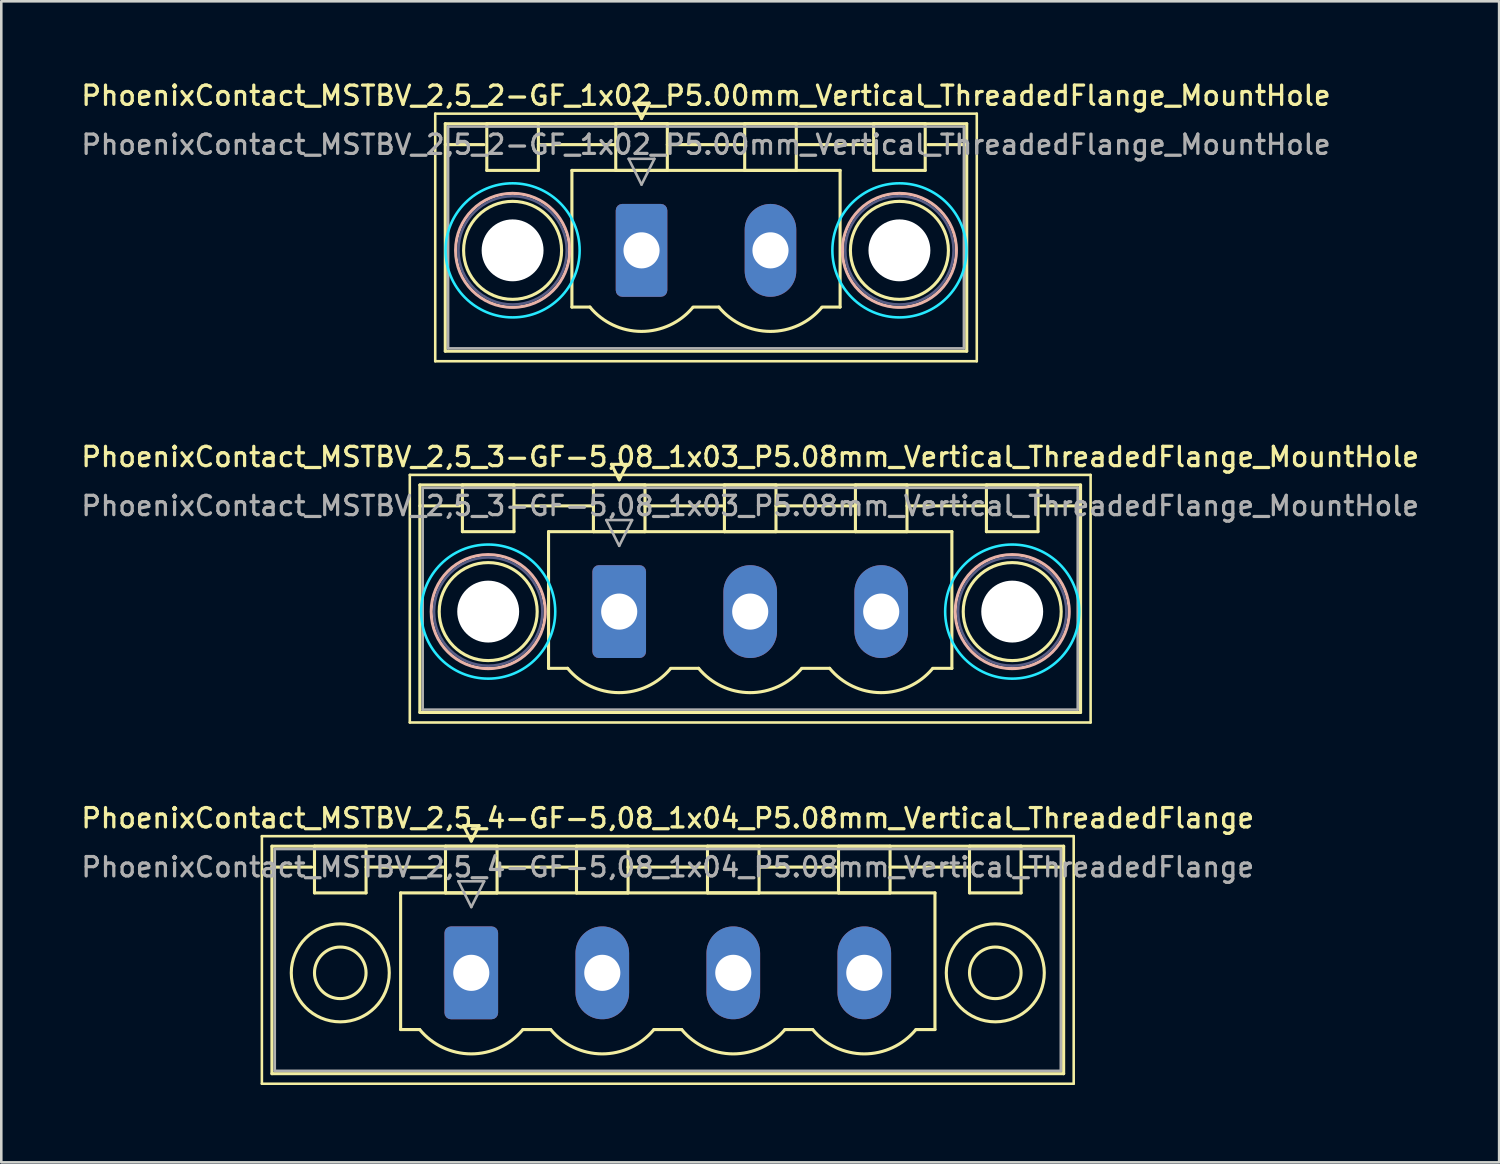
<source format=kicad_pcb>
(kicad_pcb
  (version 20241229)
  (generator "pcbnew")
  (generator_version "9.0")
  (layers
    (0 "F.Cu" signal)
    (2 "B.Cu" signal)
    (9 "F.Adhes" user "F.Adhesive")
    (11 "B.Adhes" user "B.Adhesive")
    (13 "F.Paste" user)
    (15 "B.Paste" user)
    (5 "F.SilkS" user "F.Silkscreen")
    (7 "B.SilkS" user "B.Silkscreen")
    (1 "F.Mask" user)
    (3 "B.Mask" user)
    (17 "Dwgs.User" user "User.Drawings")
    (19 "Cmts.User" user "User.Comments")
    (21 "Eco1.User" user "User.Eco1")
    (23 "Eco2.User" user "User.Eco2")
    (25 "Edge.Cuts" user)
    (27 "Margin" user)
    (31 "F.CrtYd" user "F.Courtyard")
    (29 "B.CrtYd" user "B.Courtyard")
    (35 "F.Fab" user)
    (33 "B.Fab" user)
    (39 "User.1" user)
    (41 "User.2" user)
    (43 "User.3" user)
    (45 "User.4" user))
  (footprint "PhoenixContact_MSTBV_2,5_3-GF-5,08_1x03_P5.08mm_Vertical_ThreadedFlange_MountHole"
    (layer "F.Cu")
    (at 20.961 20.666)
    (property "Reference" "PhoenixContact_MSTBV_2,5_3-GF-5,08_1x03_P5.08mm_Vertical_ThreadedFlange_MountHole" (at 5.08 -6 0) (layer "F.SilkS") (effects (font (size 0.75 0.75) (thickness 0.125))))
    (attr through_hole)
    (fp_line (start -8.12 -5.3) (end -8.12 4.3) (stroke (width 0.1) (type solid)) (layer "F.SilkS"))
    (fp_line (start -8.12 4.3) (end 18.28 4.3) (stroke (width 0.1) (type solid)) (layer "F.SilkS"))
    (fp_line (start -7.73 -4.91) (end -7.73 3.91) (stroke (width 0.12) (type solid)) (layer "F.SilkS"))
    (fp_line (start -7.73 -4.1) (end -6.19 -4.1) (stroke (width 0.12) (type solid)) (layer "F.SilkS"))
    (fp_line (start -7.73 3.91) (end 17.89 3.91) (stroke (width 0.12) (type solid)) (layer "F.SilkS"))
    (fp_line (start -6.08 -4.91) (end -4.08 -4.91) (stroke (width 0.12) (type solid)) (layer "F.SilkS"))
    (fp_line (start -6.08 -3.1) (end -6.08 -4.91) (stroke (width 0.12) (type solid)) (layer "F.SilkS"))
    (fp_line (start -4.08 -4.91) (end -4.08 -3.1) (stroke (width 0.12) (type solid)) (layer "F.SilkS"))
    (fp_line (start -4.08 -4.1) (end -1 -4.1) (stroke (width 0.12) (type solid)) (layer "F.SilkS"))
    (fp_line (start -4.08 -3.1) (end -6.08 -3.1) (stroke (width 0.12) (type solid)) (layer "F.SilkS"))
    (fp_line (start -2.74 -3.1) (end 12.9 -3.1) (stroke (width 0.12) (type solid)) (layer "F.SilkS"))
    (fp_line (start -2.74 2.2) (end -2.74 -3.1) (stroke (width 0.12) (type solid)) (layer "F.SilkS"))
    (fp_line (start -2 2.2) (end -2.74 2.2) (stroke (width 0.12) (type solid)) (layer "F.SilkS"))
    (fp_line (start -1 -4.91) (end 1 -4.91) (stroke (width 0.12) (type solid)) (layer "F.SilkS"))
    (fp_line (start -1 -3.1) (end -1 -4.91) (stroke (width 0.12) (type solid)) (layer "F.SilkS"))
    (fp_line (start -0.3 -5.71) (end 0.3 -5.71) (stroke (width 0.12) (type solid)) (layer "F.SilkS"))
    (fp_line (start 0 -5.11) (end -0.3 -5.71) (stroke (width 0.12) (type solid)) (layer "F.SilkS"))
    (fp_line (start 0.3 -5.71) (end 0 -5.11) (stroke (width 0.12) (type solid)) (layer "F.SilkS"))
    (fp_line (start 1 -4.91) (end 1 -3.1) (stroke (width 0.12) (type solid)) (layer "F.SilkS"))
    (fp_line (start 1 -4.1) (end 4.08 -4.1) (stroke (width 0.12) (type solid)) (layer "F.SilkS"))
    (fp_line (start 1 -3.1) (end -1 -3.1) (stroke (width 0.12) (type solid)) (layer "F.SilkS"))
    (fp_line (start 2 2.2) (end 3.08 2.2) (stroke (width 0.12) (type solid)) (layer "F.SilkS"))
    (fp_line (start 4.08 -4.91) (end 6.08 -4.91) (stroke (width 0.12) (type solid)) (layer "F.SilkS"))
    (fp_line (start 4.08 -3.1) (end 4.08 -4.91) (stroke (width 0.12) (type solid)) (layer "F.SilkS"))
    (fp_line (start 6.08 -4.91) (end 6.08 -3.1) (stroke (width 0.12) (type solid)) (layer "F.SilkS"))
    (fp_line (start 6.08 -4.1) (end 9.16 -4.1) (stroke (width 0.12) (type solid)) (layer "F.SilkS"))
    (fp_line (start 6.08 -3.1) (end 4.08 -3.1) (stroke (width 0.12) (type solid)) (layer "F.SilkS"))
    (fp_line (start 7.08 2.2) (end 8.16 2.2) (stroke (width 0.12) (type solid)) (layer "F.SilkS"))
    (fp_line (start 9.16 -4.91) (end 11.16 -4.91) (stroke (width 0.12) (type solid)) (layer "F.SilkS"))
    (fp_line (start 9.16 -3.1) (end 9.16 -4.91) (stroke (width 0.12) (type solid)) (layer "F.SilkS"))
    (fp_line (start 11.16 -4.91) (end 11.16 -3.1) (stroke (width 0.12) (type solid)) (layer "F.SilkS"))
    (fp_line (start 11.16 -4.1) (end 14.24 -4.1) (stroke (width 0.12) (type solid)) (layer "F.SilkS"))
    (fp_line (start 11.16 -3.1) (end 9.16 -3.1) (stroke (width 0.12) (type solid)) (layer "F.SilkS"))
    (fp_line (start 12.9 -3.1) (end 12.9 2.2) (stroke (width 0.12) (type solid)) (layer "F.SilkS"))
    (fp_line (start 12.9 2.2) (end 12.16 2.2) (stroke (width 0.12) (type solid)) (layer "F.SilkS"))
    (fp_line (start 14.24 -4.91) (end 16.24 -4.91) (stroke (width 0.12) (type solid)) (layer "F.SilkS"))
    (fp_line (start 14.24 -3.1) (end 14.24 -4.91) (stroke (width 0.12) (type solid)) (layer "F.SilkS"))
    (fp_line (start 16.24 -4.91) (end 16.24 -3.1) (stroke (width 0.12) (type solid)) (layer "F.SilkS"))
    (fp_line (start 16.24 -3.1) (end 14.24 -3.1) (stroke (width 0.12) (type solid)) (layer "F.SilkS"))
    (fp_line (start 17.89 -4.91) (end -7.73 -4.91) (stroke (width 0.12) (type solid)) (layer "F.SilkS"))
    (fp_line (start 17.89 -4.1) (end 16.35 -4.1) (stroke (width 0.12) (type solid)) (layer "F.SilkS"))
    (fp_line (start 17.89 3.91) (end 17.89 -4.91) (stroke (width 0.12) (type solid)) (layer "F.SilkS"))
    (fp_line (start 18.28 -5.3) (end -8.12 -5.3) (stroke (width 0.1) (type solid)) (layer "F.SilkS"))
    (fp_line (start 18.28 4.3) (end 18.28 -5.3) (stroke (width 0.1) (type solid)) (layer "F.SilkS"))
    (fp_arc (start 1.986842 2.215821) (mid -0.010289 3.142758) (end -2 2.2) (stroke (width 0.12) (type solid)) (layer "F.SilkS"))
    (fp_arc (start 7.066842 2.215821) (mid 5.069711 3.142758) (end 3.08 2.2) (stroke (width 0.12) (type solid)) (layer "F.SilkS"))
    (fp_arc (start 12.146842 2.215821) (mid 10.149711 3.142758) (end 8.16 2.2) (stroke (width 0.12) (type solid)) (layer "F.SilkS"))
    (fp_circle (center -5.08 0) (end -3.18 0) (stroke (width 0.12) (type solid)) (fill no) (layer "F.SilkS"))
    (fp_circle (center 15.24 0) (end 17.14 0) (stroke (width 0.12) (type solid)) (fill no) (layer "F.SilkS"))
    (fp_circle (center -5.08 0) (end -2.87 0) (stroke (width 0.12) (type solid)) (fill no) (layer "B.SilkS"))
    (fp_circle (center 15.24 0) (end 17.45 0) (stroke (width 0.12) (type solid)) (fill no) (layer "B.SilkS"))
    (fp_circle (center -5.08 0) (end -2.48 0) (stroke (width 0.1) (type solid)) (fill no) (layer "B.CrtYd"))
    (fp_circle (center 15.24 0) (end 17.84 0) (stroke (width 0.1) (type solid)) (fill no) (layer "B.CrtYd"))
    (fp_circle (center -5.08 0) (end -2.98 0) (stroke (width 0.1) (type solid)) (fill no) (layer "B.Fab"))
    (fp_circle (center 15.24 0) (end 17.34 0) (stroke (width 0.1) (type solid)) (fill no) (layer "B.Fab"))
    (fp_line (start -7.62 -4.8) (end -7.62 3.8) (stroke (width 0.1) (type solid)) (layer "F.Fab"))
    (fp_line (start -7.62 3.8) (end 17.78 3.8) (stroke (width 0.1) (type solid)) (layer "F.Fab"))
    (fp_line (start -0.5 -3.55) (end 0.5 -3.55) (stroke (width 0.1) (type solid)) (layer "F.Fab"))
    (fp_line (start 0 -2.55) (end -0.5 -3.55) (stroke (width 0.1) (type solid)) (layer "F.Fab"))
    (fp_line (start 0.5 -3.55) (end 0 -2.55) (stroke (width 0.1) (type solid)) (layer "F.Fab"))
    (fp_line (start 17.78 -4.8) (end -7.62 -4.8) (stroke (width 0.1) (type solid)) (layer "F.Fab"))
    (fp_line (start 17.78 3.8) (end 17.78 -4.8) (stroke (width 0.1) (type solid)) (layer "F.Fab"))
    (fp_text user "${REFERENCE}" (at 5.08 -4.1 0) (layer "F.Fab") (effects (font (size 0.75 0.75) (thickness 0.125))))
    (pad "" np_thru_hole circle (at -5.08 0) (size 2.4 2.4) (drill 2.4) (layers "*.Cu" "*.Mask"))
    (pad "" np_thru_hole circle (at 15.24 0) (size 2.4 2.4) (drill 2.4) (layers "*.Cu" "*.Mask"))
    (pad "1" thru_hole roundrect (at 0 0) (size 2.08 3.6) (drill 1.4) (layers "*.Cu" "*.Mask") (roundrect_rratio 0.12))
    (pad "2" thru_hole oval (at 5.08 0) (size 2.08 3.6) (drill 1.4) (layers "*.Cu" "*.Mask"))
    (pad "3" thru_hole oval (at 10.16 0) (size 2.08 3.6) (drill 1.4) (layers "*.Cu" "*.Mask")))
  (footprint "PhoenixContact_MSTBV_2,5_4-GF-5,08_1x04_P5.08mm_Vertical_ThreadedFlange"
    (layer "F.Cu")
    (at 15.225 34.674)
    (property "Reference" "PhoenixContact_MSTBV_2,5_4-GF-5,08_1x04_P5.08mm_Vertical_ThreadedFlange" (at 7.62 -6 0) (layer "F.SilkS") (effects (font (size 0.75 0.75) (thickness 0.125))))
    (attr through_hole)
    (fp_line (start -8.12 -5.3) (end -8.12 4.3) (stroke (width 0.1) (type solid)) (layer "F.SilkS"))
    (fp_line (start -8.12 4.3) (end 23.36 4.3) (stroke (width 0.1) (type solid)) (layer "F.SilkS"))
    (fp_line (start -7.73 -4.91) (end -7.73 3.91) (stroke (width 0.12) (type solid)) (layer "F.SilkS"))
    (fp_line (start -7.73 -4.1) (end -6.19 -4.1) (stroke (width 0.12) (type solid)) (layer "F.SilkS"))
    (fp_line (start -7.73 3.91) (end 22.97 3.91) (stroke (width 0.12) (type solid)) (layer "F.SilkS"))
    (fp_line (start -6.08 -4.91) (end -4.08 -4.91) (stroke (width 0.12) (type solid)) (layer "F.SilkS"))
    (fp_line (start -6.08 -3.1) (end -6.08 -4.91) (stroke (width 0.12) (type solid)) (layer "F.SilkS"))
    (fp_line (start -4.08 -4.91) (end -4.08 -3.1) (stroke (width 0.12) (type solid)) (layer "F.SilkS"))
    (fp_line (start -4.08 -4.1) (end -1 -4.1) (stroke (width 0.12) (type solid)) (layer "F.SilkS"))
    (fp_line (start -4.08 -3.1) (end -6.08 -3.1) (stroke (width 0.12) (type solid)) (layer "F.SilkS"))
    (fp_line (start -2.74 -3.1) (end 17.98 -3.1) (stroke (width 0.12) (type solid)) (layer "F.SilkS"))
    (fp_line (start -2.74 2.2) (end -2.74 -3.1) (stroke (width 0.12) (type solid)) (layer "F.SilkS"))
    (fp_line (start -2 2.2) (end -2.74 2.2) (stroke (width 0.12) (type solid)) (layer "F.SilkS"))
    (fp_line (start -1 -4.91) (end 1 -4.91) (stroke (width 0.12) (type solid)) (layer "F.SilkS"))
    (fp_line (start -1 -3.1) (end -1 -4.91) (stroke (width 0.12) (type solid)) (layer "F.SilkS"))
    (fp_line (start -0.3 -5.71) (end 0.3 -5.71) (stroke (width 0.12) (type solid)) (layer "F.SilkS"))
    (fp_line (start 0 -5.11) (end -0.3 -5.71) (stroke (width 0.12) (type solid)) (layer "F.SilkS"))
    (fp_line (start 0.3 -5.71) (end 0 -5.11) (stroke (width 0.12) (type solid)) (layer "F.SilkS"))
    (fp_line (start 1 -4.91) (end 1 -3.1) (stroke (width 0.12) (type solid)) (layer "F.SilkS"))
    (fp_line (start 1 -4.1) (end 4.08 -4.1) (stroke (width 0.12) (type solid)) (layer "F.SilkS"))
    (fp_line (start 1 -3.1) (end -1 -3.1) (stroke (width 0.12) (type solid)) (layer "F.SilkS"))
    (fp_line (start 2 2.2) (end 3.08 2.2) (stroke (width 0.12) (type solid)) (layer "F.SilkS"))
    (fp_line (start 4.08 -4.91) (end 6.08 -4.91) (stroke (width 0.12) (type solid)) (layer "F.SilkS"))
    (fp_line (start 4.08 -3.1) (end 4.08 -4.91) (stroke (width 0.12) (type solid)) (layer "F.SilkS"))
    (fp_line (start 6.08 -4.91) (end 6.08 -3.1) (stroke (width 0.12) (type solid)) (layer "F.SilkS"))
    (fp_line (start 6.08 -4.1) (end 9.16 -4.1) (stroke (width 0.12) (type solid)) (layer "F.SilkS"))
    (fp_line (start 6.08 -3.1) (end 4.08 -3.1) (stroke (width 0.12) (type solid)) (layer "F.SilkS"))
    (fp_line (start 7.08 2.2) (end 8.16 2.2) (stroke (width 0.12) (type solid)) (layer "F.SilkS"))
    (fp_line (start 9.16 -4.91) (end 11.16 -4.91) (stroke (width 0.12) (type solid)) (layer "F.SilkS"))
    (fp_line (start 9.16 -3.1) (end 9.16 -4.91) (stroke (width 0.12) (type solid)) (layer "F.SilkS"))
    (fp_line (start 11.16 -4.91) (end 11.16 -3.1) (stroke (width 0.12) (type solid)) (layer "F.SilkS"))
    (fp_line (start 11.16 -4.1) (end 14.24 -4.1) (stroke (width 0.12) (type solid)) (layer "F.SilkS"))
    (fp_line (start 11.16 -3.1) (end 9.16 -3.1) (stroke (width 0.12) (type solid)) (layer "F.SilkS"))
    (fp_line (start 12.16 2.2) (end 13.24 2.2) (stroke (width 0.12) (type solid)) (layer "F.SilkS"))
    (fp_line (start 14.24 -4.91) (end 16.24 -4.91) (stroke (width 0.12) (type solid)) (layer "F.SilkS"))
    (fp_line (start 14.24 -3.1) (end 14.24 -4.91) (stroke (width 0.12) (type solid)) (layer "F.SilkS"))
    (fp_line (start 16.24 -4.91) (end 16.24 -3.1) (stroke (width 0.12) (type solid)) (layer "F.SilkS"))
    (fp_line (start 16.24 -4.1) (end 19.32 -4.1) (stroke (width 0.12) (type solid)) (layer "F.SilkS"))
    (fp_line (start 16.24 -3.1) (end 14.24 -3.1) (stroke (width 0.12) (type solid)) (layer "F.SilkS"))
    (fp_line (start 17.98 -3.1) (end 17.98 2.2) (stroke (width 0.12) (type solid)) (layer "F.SilkS"))
    (fp_line (start 17.98 2.2) (end 17.24 2.2) (stroke (width 0.12) (type solid)) (layer "F.SilkS"))
    (fp_line (start 19.32 -4.91) (end 21.32 -4.91) (stroke (width 0.12) (type solid)) (layer "F.SilkS"))
    (fp_line (start 19.32 -3.1) (end 19.32 -4.91) (stroke (width 0.12) (type solid)) (layer "F.SilkS"))
    (fp_line (start 21.32 -4.91) (end 21.32 -3.1) (stroke (width 0.12) (type solid)) (layer "F.SilkS"))
    (fp_line (start 21.32 -3.1) (end 19.32 -3.1) (stroke (width 0.12) (type solid)) (layer "F.SilkS"))
    (fp_line (start 22.97 -4.91) (end -7.73 -4.91) (stroke (width 0.12) (type solid)) (layer "F.SilkS"))
    (fp_line (start 22.97 -4.1) (end 21.43 -4.1) (stroke (width 0.12) (type solid)) (layer "F.SilkS"))
    (fp_line (start 22.97 3.91) (end 22.97 -4.91) (stroke (width 0.12) (type solid)) (layer "F.SilkS"))
    (fp_line (start 23.36 -5.3) (end -8.12 -5.3) (stroke (width 0.1) (type solid)) (layer "F.SilkS"))
    (fp_line (start 23.36 4.3) (end 23.36 -5.3) (stroke (width 0.1) (type solid)) (layer "F.SilkS"))
    (fp_arc (start 1.986842 2.215821) (mid -0.010289 3.142758) (end -2 2.2) (stroke (width 0.12) (type solid)) (layer "F.SilkS"))
    (fp_arc (start 7.066842 2.215821) (mid 5.069711 3.142758) (end 3.08 2.2) (stroke (width 0.12) (type solid)) (layer "F.SilkS"))
    (fp_arc (start 12.146842 2.215821) (mid 10.149711 3.142758) (end 8.16 2.2) (stroke (width 0.12) (type solid)) (layer "F.SilkS"))
    (fp_arc (start 17.226842 2.215821) (mid 15.229711 3.142758) (end 13.24 2.2) (stroke (width 0.12) (type solid)) (layer "F.SilkS"))
    (fp_circle (center -5.08 0) (end -4.08 0) (stroke (width 0.12) (type solid)) (fill no) (layer "F.SilkS"))
    (fp_circle (center -5.08 0) (end -3.18 0) (stroke (width 0.12) (type solid)) (fill no) (layer "F.SilkS"))
    (fp_circle (center 20.32 0) (end 21.32 0) (stroke (width 0.12) (type solid)) (fill no) (layer "F.SilkS"))
    (fp_circle (center 20.32 0) (end 22.22 0) (stroke (width 0.12) (type solid)) (fill no) (layer "F.SilkS"))
    (fp_line (start -7.62 -4.8) (end -7.62 3.8) (stroke (width 0.1) (type solid)) (layer "F.Fab"))
    (fp_line (start -7.62 3.8) (end 22.86 3.8) (stroke (width 0.1) (type solid)) (layer "F.Fab"))
    (fp_line (start -0.5 -3.55) (end 0.5 -3.55) (stroke (width 0.1) (type solid)) (layer "F.Fab"))
    (fp_line (start 0 -2.55) (end -0.5 -3.55) (stroke (width 0.1) (type solid)) (layer "F.Fab"))
    (fp_line (start 0.5 -3.55) (end 0 -2.55) (stroke (width 0.1) (type solid)) (layer "F.Fab"))
    (fp_line (start 22.86 -4.8) (end -7.62 -4.8) (stroke (width 0.1) (type solid)) (layer "F.Fab"))
    (fp_line (start 22.86 3.8) (end 22.86 -4.8) (stroke (width 0.1) (type solid)) (layer "F.Fab"))
    (fp_text user "${REFERENCE}" (at 7.62 -4.1 0) (layer "F.Fab") (effects (font (size 0.75 0.75) (thickness 0.125))))
    (pad "1" thru_hole roundrect (at 0 0) (size 2.08 3.6) (drill 1.4) (layers "*.Cu" "*.Mask") (roundrect_rratio 0.12))
    (pad "2" thru_hole oval (at 5.08 0) (size 2.08 3.6) (drill 1.4) (layers "*.Cu" "*.Mask"))
    (pad "3" thru_hole oval (at 10.16 0) (size 2.08 3.6) (drill 1.4) (layers "*.Cu" "*.Mask"))
    (pad "4" thru_hole oval (at 15.24 0) (size 2.08 3.6) (drill 1.4) (layers "*.Cu" "*.Mask")))
  (footprint "PhoenixContact_MSTBV_2,5_2-GF_1x02_P5.00mm_Vertical_ThreadedFlange_MountHole"
    (layer "F.Cu")
    (at 21.827 6.658)
    (property "Reference" "PhoenixContact_MSTBV_2,5_2-GF_1x02_P5.00mm_Vertical_ThreadedFlange_MountHole" (at 2.5 -6 0) (layer "F.SilkS") (effects (font (size 0.75 0.75) (thickness 0.125))))
    (attr through_hole)
    (fp_line (start -8 -5.3) (end -8 4.3) (stroke (width 0.1) (type solid)) (layer "F.SilkS"))
    (fp_line (start -8 4.3) (end 13 4.3) (stroke (width 0.1) (type solid)) (layer "F.SilkS"))
    (fp_line (start -7.61 -4.91) (end -7.61 3.91) (stroke (width 0.12) (type solid)) (layer "F.SilkS"))
    (fp_line (start -7.61 -4.1) (end -6.11 -4.1) (stroke (width 0.12) (type solid)) (layer "F.SilkS"))
    (fp_line (start -7.61 3.91) (end 12.61 3.91) (stroke (width 0.12) (type solid)) (layer "F.SilkS"))
    (fp_line (start -6 -4.91) (end -4 -4.91) (stroke (width 0.12) (type solid)) (layer "F.SilkS"))
    (fp_line (start -6 -3.1) (end -6 -4.91) (stroke (width 0.12) (type solid)) (layer "F.SilkS"))
    (fp_line (start -4 -4.91) (end -4 -3.1) (stroke (width 0.12) (type solid)) (layer "F.SilkS"))
    (fp_line (start -4 -4.1) (end -1 -4.1) (stroke (width 0.12) (type solid)) (layer "F.SilkS"))
    (fp_line (start -4 -3.1) (end -6 -3.1) (stroke (width 0.12) (type solid)) (layer "F.SilkS"))
    (fp_line (start -2.7 -3.1) (end 7.7 -3.1) (stroke (width 0.12) (type solid)) (layer "F.SilkS"))
    (fp_line (start -2.7 2.2) (end -2.7 -3.1) (stroke (width 0.12) (type solid)) (layer "F.SilkS"))
    (fp_line (start -2 2.2) (end -2.7 2.2) (stroke (width 0.12) (type solid)) (layer "F.SilkS"))
    (fp_line (start -1 -4.91) (end 1 -4.91) (stroke (width 0.12) (type solid)) (layer "F.SilkS"))
    (fp_line (start -1 -3.1) (end -1 -4.91) (stroke (width 0.12) (type solid)) (layer "F.SilkS"))
    (fp_line (start -0.3 -5.71) (end 0.3 -5.71) (stroke (width 0.12) (type solid)) (layer "F.SilkS"))
    (fp_line (start 0 -5.11) (end -0.3 -5.71) (stroke (width 0.12) (type solid)) (layer "F.SilkS"))
    (fp_line (start 0.3 -5.71) (end 0 -5.11) (stroke (width 0.12) (type solid)) (layer "F.SilkS"))
    (fp_line (start 1 -4.91) (end 1 -3.1) (stroke (width 0.12) (type solid)) (layer "F.SilkS"))
    (fp_line (start 1 -4.1) (end 4 -4.1) (stroke (width 0.12) (type solid)) (layer "F.SilkS"))
    (fp_line (start 1 -3.1) (end -1 -3.1) (stroke (width 0.12) (type solid)) (layer "F.SilkS"))
    (fp_line (start 2 2.2) (end 3 2.2) (stroke (width 0.12) (type solid)) (layer "F.SilkS"))
    (fp_line (start 4 -4.91) (end 6 -4.91) (stroke (width 0.12) (type solid)) (layer "F.SilkS"))
    (fp_line (start 4 -3.1) (end 4 -4.91) (stroke (width 0.12) (type solid)) (layer "F.SilkS"))
    (fp_line (start 6 -4.91) (end 6 -3.1) (stroke (width 0.12) (type solid)) (layer "F.SilkS"))
    (fp_line (start 6 -4.1) (end 9 -4.1) (stroke (width 0.12) (type solid)) (layer "F.SilkS"))
    (fp_line (start 6 -3.1) (end 4 -3.1) (stroke (width 0.12) (type solid)) (layer "F.SilkS"))
    (fp_line (start 7.7 -3.1) (end 7.7 2.2) (stroke (width 0.12) (type solid)) (layer "F.SilkS"))
    (fp_line (start 7.7 2.2) (end 7 2.2) (stroke (width 0.12) (type solid)) (layer "F.SilkS"))
    (fp_line (start 9 -4.91) (end 11 -4.91) (stroke (width 0.12) (type solid)) (layer "F.SilkS"))
    (fp_line (start 9 -3.1) (end 9 -4.91) (stroke (width 0.12) (type solid)) (layer "F.SilkS"))
    (fp_line (start 11 -4.91) (end 11 -3.1) (stroke (width 0.12) (type solid)) (layer "F.SilkS"))
    (fp_line (start 11 -3.1) (end 9 -3.1) (stroke (width 0.12) (type solid)) (layer "F.SilkS"))
    (fp_line (start 12.61 -4.91) (end -7.61 -4.91) (stroke (width 0.12) (type solid)) (layer "F.SilkS"))
    (fp_line (start 12.61 -4.1) (end 11.11 -4.1) (stroke (width 0.12) (type solid)) (layer "F.SilkS"))
    (fp_line (start 12.61 3.91) (end 12.61 -4.91) (stroke (width 0.12) (type solid)) (layer "F.SilkS"))
    (fp_line (start 13 -5.3) (end -8 -5.3) (stroke (width 0.1) (type solid)) (layer "F.SilkS"))
    (fp_line (start 13 4.3) (end 13 -5.3) (stroke (width 0.1) (type solid)) (layer "F.SilkS"))
    (fp_arc (start 1.986842 2.215821) (mid -0.010289 3.142758) (end -2 2.2) (stroke (width 0.12) (type solid)) (layer "F.SilkS"))
    (fp_arc (start 6.986842 2.215821) (mid 4.989711 3.142758) (end 3 2.2) (stroke (width 0.12) (type solid)) (layer "F.SilkS"))
    (fp_circle (center -5 0) (end -3.1 0) (stroke (width 0.12) (type solid)) (fill no) (layer "F.SilkS"))
    (fp_circle (center 10 0) (end 11.9 0) (stroke (width 0.12) (type solid)) (fill no) (layer "F.SilkS"))
    (fp_circle (center -5 0) (end -2.79 0) (stroke (width 0.12) (type solid)) (fill no) (layer "B.SilkS"))
    (fp_circle (center 10 0) (end 12.21 0) (stroke (width 0.12) (type solid)) (fill no) (layer "B.SilkS"))
    (fp_circle (center -5 0) (end -2.4 0) (stroke (width 0.1) (type solid)) (fill no) (layer "B.CrtYd"))
    (fp_circle (center 10 0) (end 12.6 0) (stroke (width 0.1) (type solid)) (fill no) (layer "B.CrtYd"))
    (fp_circle (center -5 0) (end -2.9 0) (stroke (width 0.1) (type solid)) (fill no) (layer "B.Fab"))
    (fp_circle (center 10 0) (end 12.1 0) (stroke (width 0.1) (type solid)) (fill no) (layer "B.Fab"))
    (fp_line (start -7.5 -4.8) (end -7.5 3.8) (stroke (width 0.1) (type solid)) (layer "F.Fab"))
    (fp_line (start -7.5 3.8) (end 12.5 3.8) (stroke (width 0.1) (type solid)) (layer "F.Fab"))
    (fp_line (start -0.5 -3.55) (end 0.5 -3.55) (stroke (width 0.1) (type solid)) (layer "F.Fab"))
    (fp_line (start 0 -2.55) (end -0.5 -3.55) (stroke (width 0.1) (type solid)) (layer "F.Fab"))
    (fp_line (start 0.5 -3.55) (end 0 -2.55) (stroke (width 0.1) (type solid)) (layer "F.Fab"))
    (fp_line (start 12.5 -4.8) (end -7.5 -4.8) (stroke (width 0.1) (type solid)) (layer "F.Fab"))
    (fp_line (start 12.5 3.8) (end 12.5 -4.8) (stroke (width 0.1) (type solid)) (layer "F.Fab"))
    (fp_text user "${REFERENCE}" (at 2.5 -4.1 0) (layer "F.Fab") (effects (font (size 0.75 0.75) (thickness 0.125))))
    (pad "" np_thru_hole circle (at -5 0) (size 2.4 2.4) (drill 2.4) (layers "*.Cu" "*.Mask"))
    (pad "" np_thru_hole circle (at 10 0) (size 2.4 2.4) (drill 2.4) (layers "*.Cu" "*.Mask"))
    (pad "1" thru_hole roundrect (at 0 0) (size 2 3.6) (drill 1.4) (layers "*.Cu" "*.Mask") (roundrect_rratio 0.125))
    (pad "2" thru_hole oval (at 5 0) (size 2 3.6) (drill 1.4) (layers "*.Cu" "*.Mask")))
  (gr_rect
    (start -3 -3)
    (end 55.082 42.024)
    (stroke (width 0.1) (type default))
    (fill no)
    (layer "Edge.Cuts")))
</source>
